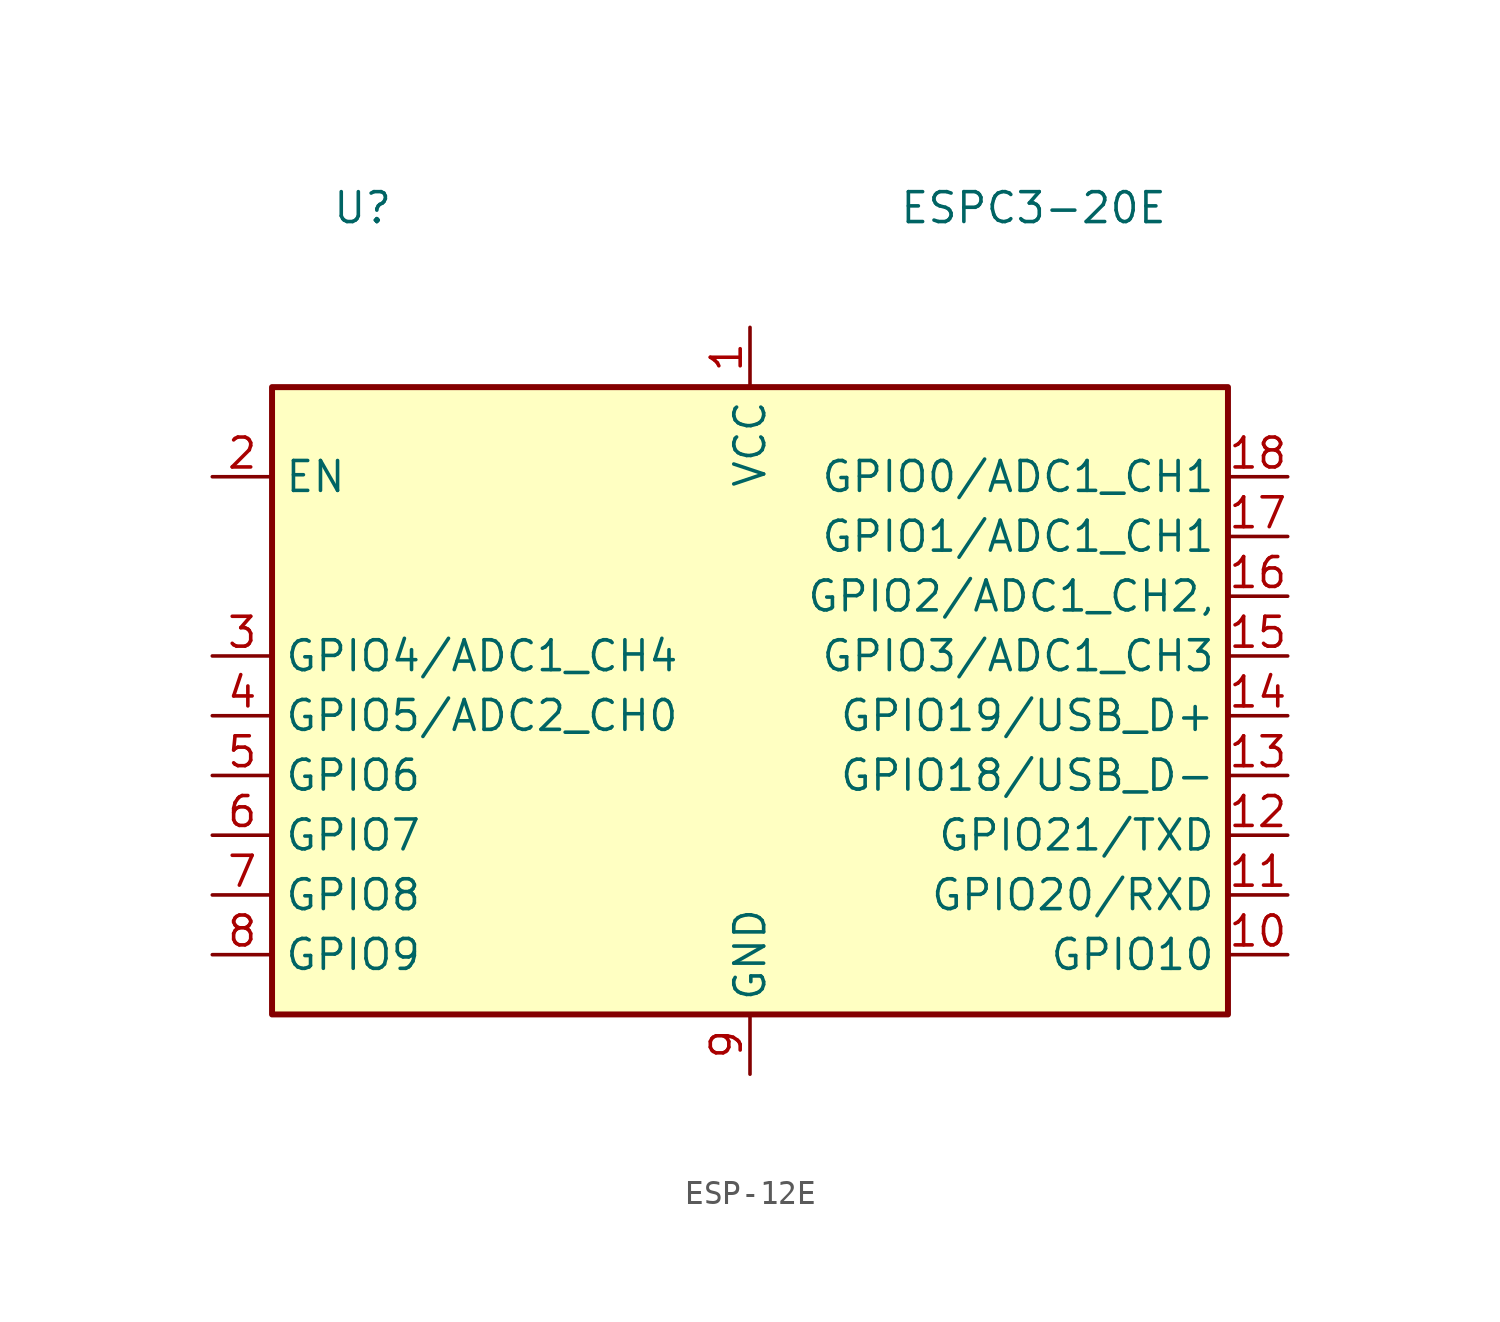
<source format=kicad_sym>
(kicad_symbol_lib
  (version 20220914)
  (generator kicad_symbol_editor)
  (symbol "ESP-12E"
    (property "Reference" "U"
      (at -17.78 21.59 0)
      (effects (font (size 1.27 1.27)) (justify left)))
    (property "Value" "ESPC3-20E"
      (at 17.78 21.59 0)
      (effects (font (size 1.27 1.27)) (justify right)))
    (symbol "ESP-12E_0_1"
      (rectangle (start -20.32 13.97) (end 20.32 -12.7) (stroke (width 0.254) (type default)) (fill (type background))))
    (symbol "ESP-12E_1_1"
      (pin power_in line (at 0 16.51 270) (length 2.54) (name "VCC" (effects (font (size 1.27 1.27)))) (number "1" (effects (font (size 1.27 1.27)))))
      (pin bidirectional line (at 22.86 -10.16 180) (length 2.54) (name "GPIO10" (effects (font (size 1.27 1.27)))) (number "10" (effects (font (size 1.27 1.27)))))
      (pin bidirectional line (at 22.86 -7.62 180) (length 2.54) (name "GPIO20/RXD" (effects (font (size 1.27 1.27)))) (number "11" (effects (font (size 1.27 1.27)))))
      (pin bidirectional line (at 22.86 -5.08 180) (length 2.54) (name "GPIO21/TXD" (effects (font (size 1.27 1.27)))) (number "12" (effects (font (size 1.27 1.27)))))
      (pin bidirectional line (at 22.86 -2.54 180) (length 2.54) (name "GPIO18/USB_D-" (effects (font (size 1.27 1.27)))) (number "13" (effects (font (size 1.27 1.27)))))
      (pin bidirectional line (at 22.86 0 180) (length 2.54) (name "GPIO19/USB_D+" (effects (font (size 1.27 1.27)))) (number "14" (effects (font (size 1.27 1.27)))))
      (pin bidirectional line (at 22.86 2.54 180) (length 2.54) (name "GPIO3/ADC1_CH3" (effects (font (size 1.27 1.27)))) (number "15" (effects (font (size 1.27 1.27)))))
      (pin bidirectional line (at 22.86 5.08 180) (length 2.54) (name "GPIO2/ADC1_CH2," (effects (font (size 1.27 1.27)))) (number "16" (effects (font (size 1.27 1.27)))))
      (pin bidirectional line (at 22.86 7.62 180) (length 2.54) (name "GPIO1/ADC1_CH1" (effects (font (size 1.27 1.27)))) (number "17" (effects (font (size 1.27 1.27)))))
      (pin bidirectional line (at 22.86 10.16 180) (length 2.54) (name "GPIO0/ADC1_CH1" (effects (font (size 1.27 1.27)))) (number "18" (effects (font (size 1.27 1.27)))))
      (pin input line (at -22.86 10.16 0) (length 2.54) (name "EN" (effects (font (size 1.27 1.27)))) (number "2" (effects (font (size 1.27 1.27)))))
      (pin bidirectional line (at -22.86 2.54 0) (length 2.54) (name "GPIO4/ADC1_CH4" (effects (font (size 1.27 1.27)))) (number "3" (effects (font (size 1.27 1.27)))))
      (pin bidirectional line (at -22.86 0 0) (length 2.54) (name "GPIO5/ADC2_CH0" (effects (font (size 1.27 1.27)))) (number "4" (effects (font (size 1.27 1.27)))))
      (pin bidirectional line (at -22.86 -2.54 0) (length 2.54) (name "GPIO6" (effects (font (size 1.27 1.27)))) (number "5" (effects (font (size 1.27 1.27)))))
      (pin bidirectional line (at -22.86 -5.08 0) (length 2.54) (name "GPIO7" (effects (font (size 1.27 1.27)))) (number "6" (effects (font (size 1.27 1.27)))))
      (pin bidirectional line (at -22.86 -7.62 0) (length 2.54) (name "GPIO8" (effects (font (size 1.27 1.27)))) (number "7" (effects (font (size 1.27 1.27)))))
      (pin bidirectional line (at -22.86 -10.16 0) (length 2.54) (name "GPIO9" (effects (font (size 1.27 1.27)))) (number "8" (effects (font (size 1.27 1.27)))))
      (pin power_in line (at 0 -15.24 90) (length 2.54) (name "GND" (effects (font (size 1.27 1.27)))) (number "9" (effects (font (size 1.27 1.27))))))))
</source>
